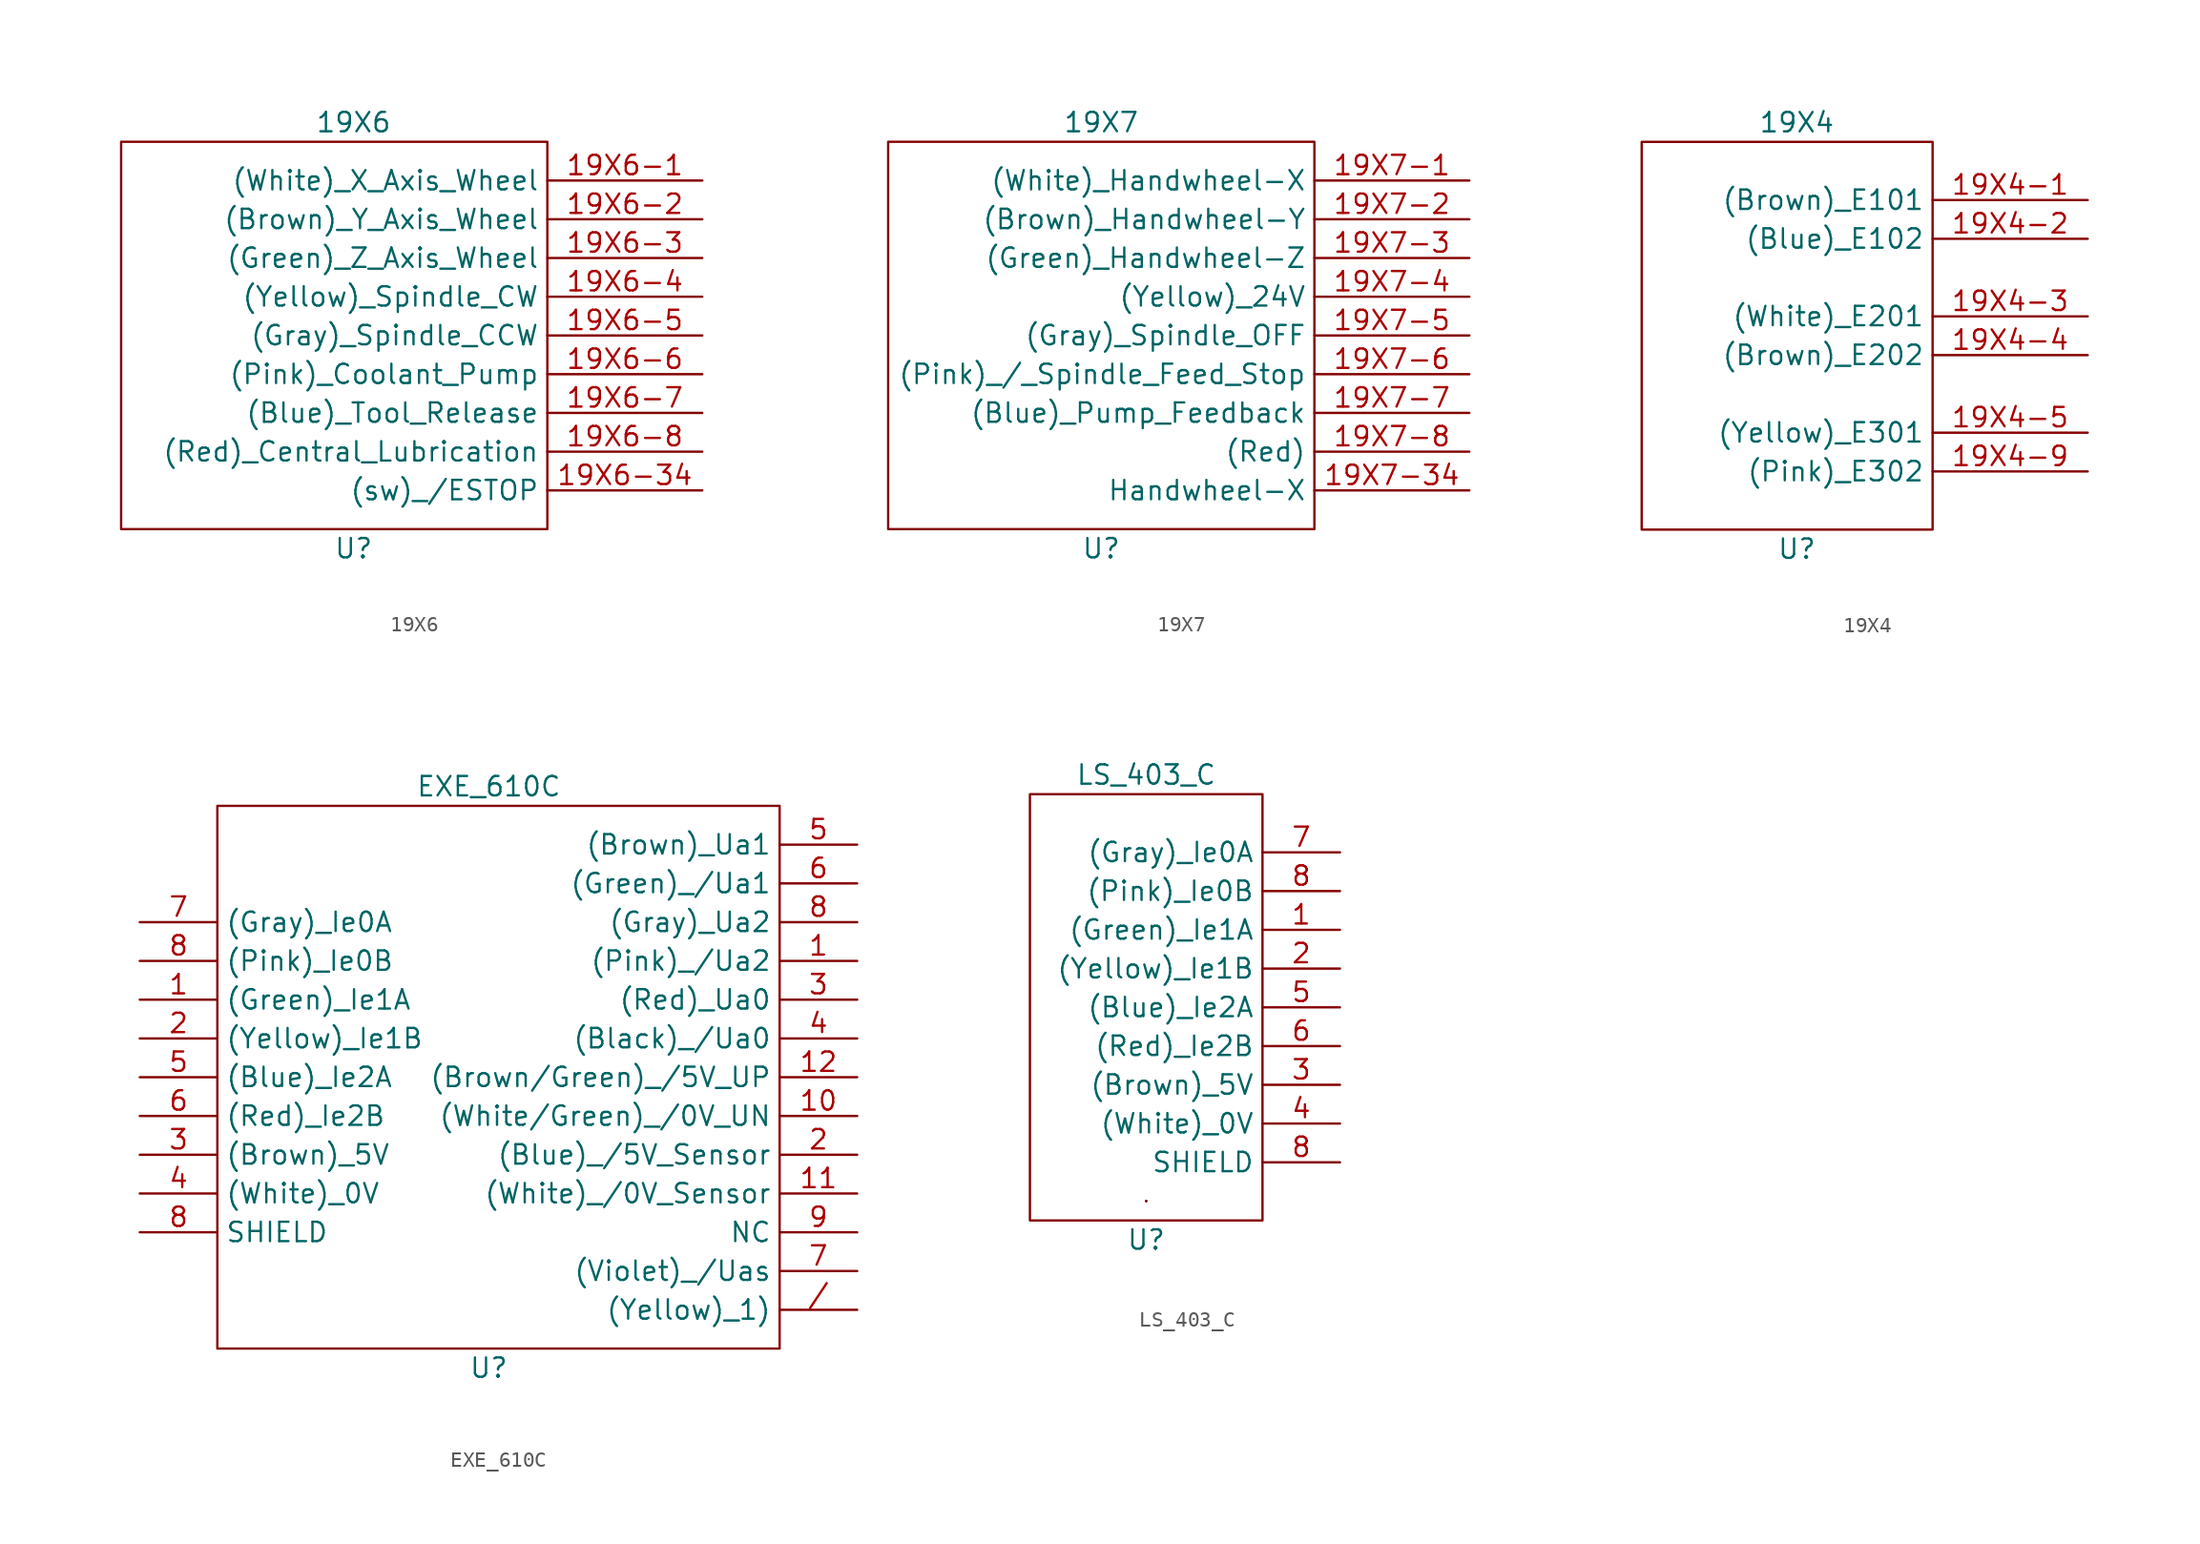
<source format=kicad_sym>
(kicad_symbol_lib
  (version 20211014)
  (generator kicad_symbol_editor)
  (symbol "19X6"
    (property "Reference" "U"
      (at 1.27 -13.97 0)
      (effects (font (size 1.27 1.27))))
    (property "Value" "19X6"
      (at 1.27 13.97 0)
      (effects (font (size 1.27 1.27))))
    (symbol "19X6_0_1"
      (rectangle (start -13.97 12.7) (end 13.97 -12.7) (stroke (width 0.152) (type default) (color 0 0 0 0)) (fill (type none))))
    (symbol "19X6_1_1"
      (pin passive line (at 24.13 10.16 180) (length 10.16) (name "(White)_X_Axis_Wheel" (effects (font (size 1.27 1.27)))) (number "19X6-1" (effects (font (size 1.27 1.27)))))
      (pin passive line (at 24.13 7.62 180) (length 10.16) (name "(Brown)_Y_Axis_Wheel" (effects (font (size 1.27 1.27)))) (number "19X6-2" (effects (font (size 1.27 1.27)))))
      (pin passive line (at 24.13 5.08 180) (length 10.16) (name "(Green)_Z_Axis_Wheel" (effects (font (size 1.27 1.27)))) (number "19X6-3" (effects (font (size 1.27 1.27)))))
      (pin passive line (at 24.13 -10.16 180) (length 10.16) (name "(sw)_/ESTOP" (effects (font (size 1.27 1.27)))) (number "19X6-34" (effects (font (size 1.27 1.27)))))
      (pin passive line (at 24.13 2.54 180) (length 10.16) (name "(Yellow)_Spindle_CW" (effects (font (size 1.27 1.27)))) (number "19X6-4" (effects (font (size 1.27 1.27)))))
      (pin passive line (at 24.13 0 180) (length 10.16) (name "(Gray)_Spindle_CCW" (effects (font (size 1.27 1.27)))) (number "19X6-5" (effects (font (size 1.27 1.27)))))
      (pin passive line (at 24.13 -2.54 180) (length 10.16) (name "(Pink)_Coolant_Pump" (effects (font (size 1.27 1.27)))) (number "19X6-6" (effects (font (size 1.27 1.27)))))
      (pin passive line (at 24.13 -5.08 180) (length 10.16) (name "(Blue)_Tool_Release" (effects (font (size 1.27 1.27)))) (number "19X6-7" (effects (font (size 1.27 1.27)))))
      (pin passive line (at 24.13 -7.62 180) (length 10.16) (name "(Red)_Central_Lubrication" (effects (font (size 1.27 1.27)))) (number "19X6-8" (effects (font (size 1.27 1.27)))))))
  (symbol "19X7"
    (property "Reference" "U"
      (at 0 -13.97 0)
      (effects (font (size 1.27 1.27))))
    (property "Value" "19X7"
      (at 0 13.97 0)
      (effects (font (size 1.27 1.27))))
    (symbol "19X7_0_1"
      (rectangle (start -13.97 12.7) (end 13.97 -12.7) (stroke (width 0.152) (type default) (color 0 0 0 0)) (fill (type none))))
    (symbol "19X7_1_1"
      (pin passive line (at 24.13 10.16 180) (length 10.16) (name "(White)_Handwheel-X" (effects (font (size 1.27 1.27)))) (number "19X7-1" (effects (font (size 1.27 1.27)))))
      (pin passive line (at 24.13 7.62 180) (length 10.16) (name "(Brown)_Handwheel-Y" (effects (font (size 1.27 1.27)))) (number "19X7-2" (effects (font (size 1.27 1.27)))))
      (pin passive line (at 24.13 5.08 180) (length 10.16) (name "(Green)_Handwheel-Z" (effects (font (size 1.27 1.27)))) (number "19X7-3" (effects (font (size 1.27 1.27)))))
      (pin passive line (at 24.13 -10.16 180) (length 10.16) (name "Handwheel-X" (effects (font (size 1.27 1.27)))) (number "19X7-34" (effects (font (size 1.27 1.27)))))
      (pin passive line (at 24.13 2.54 180) (length 10.16) (name "(Yellow)_24V" (effects (font (size 1.27 1.27)))) (number "19X7-4" (effects (font (size 1.27 1.27)))))
      (pin passive line (at 24.13 0 180) (length 10.16) (name "(Gray)_Spindle_OFF" (effects (font (size 1.27 1.27)))) (number "19X7-5" (effects (font (size 1.27 1.27)))))
      (pin passive line (at 24.13 -2.54 180) (length 10.16) (name "(Pink)_/_Spindle_Feed_Stop" (effects (font (size 1.27 1.27)))) (number "19X7-6" (effects (font (size 1.27 1.27)))))
      (pin passive line (at 24.13 -5.08 180) (length 10.16) (name "(Blue)_Pump_Feedback" (effects (font (size 1.27 1.27)))) (number "19X7-7" (effects (font (size 1.27 1.27)))))
      (pin passive line (at 24.13 -7.62 180) (length 10.16) (name "(Red)" (effects (font (size 1.27 1.27)))) (number "19X7-8" (effects (font (size 1.27 1.27)))))))
  (symbol "19Χ4"
    (property "Reference" "U"
      (at 0 -15.24 0)
      (effects (font (size 1.27 1.27))))
    (property "Value" "19Χ4"
      (at 0 12.7 0)
      (effects (font (size 1.27 1.27))))
    (symbol "19Χ4_0_1"
      (rectangle (start 8.89 11.43) (end -10.16 -13.97) (stroke (width 0.152) (type default) (color 0 0 0 0)) (fill (type none))))
    (symbol "19Χ4_1_1"
      (pin passive line (at 19.05 7.62 180) (length 10.16) (name "(Brown)_E101" (effects (font (size 1.27 1.27)))) (number "19Χ4-1" (effects (font (size 1.27 1.27)))))
      (pin passive line (at 19.05 5.08 180) (length 10.16) (name "(Blue)_E102" (effects (font (size 1.27 1.27)))) (number "19Χ4-2" (effects (font (size 1.27 1.27)))))
      (pin passive line (at 19.05 0 180) (length 10.16) (name "(White)_E201" (effects (font (size 1.27 1.27)))) (number "19Χ4-3" (effects (font (size 1.27 1.27)))))
      (pin passive line (at 19.05 -2.54 180) (length 10.16) (name "(Brown)_E202" (effects (font (size 1.27 1.27)))) (number "19Χ4-4" (effects (font (size 1.27 1.27)))))
      (pin passive line (at 19.05 -7.62 180) (length 10.16) (name "(Yellow)_E301" (effects (font (size 1.27 1.27)))) (number "19Χ4-5" (effects (font (size 1.27 1.27)))))
      (pin passive line (at 19.05 -10.16 180) (length 10.16) (name "(Pink)_E302" (effects (font (size 1.27 1.27)))) (number "19Χ4-9" (effects (font (size 1.27 1.27)))))))
  (symbol "EXE_610C"
    (property "Reference" "U"
      (at 0 -19.05 0)
      (effects (font (size 1.27 1.27))))
    (property "Value" "EXE_610C"
      (at 0 19.05 0)
      (effects (font (size 1.27 1.27))))
    (symbol "EXE_610C_0_1"
      (rectangle (start -10.16 -2.54) (end -10.16 -2.54) (stroke (width 0.152) (type default) (color 0 0 0 0)) (fill (type none)))
      (rectangle (start -10.16 -2.54) (end -10.16 -2.54) (stroke (width 0.152) (type default) (color 0 0 0 0)) (fill (type none)))
      (polyline (pts (xy -10.16 -2.54) (xy -10.16 -2.54)) (stroke (width 0.152) (type default) (color 0 0 0 0)) (fill (type none)))
      (rectangle (start 19.05 17.78) (end -17.78 -17.78) (stroke (width 0.152) (type default) (color 0 0 0 0)) (fill (type none))))
    (symbol "EXE_610C_1_1"
      (pin passive line (at 24.13 -15.24 180) (length 5.08) (name "(Yellow)_1)" (effects (font (size 1.27 1.27)))) (number "/" (effects (font (size 1.27 1.27)))))
      (pin passive line (at -22.86 5.08 0) (length 5.08) (name "(Green)_Ie1A" (effects (font (size 1.27 1.27)))) (number "1" (effects (font (size 1.27 1.27)))))
      (pin passive line (at 24.13 7.62 180) (length 5.08) (name "(Pink)_/Ua2" (effects (font (size 1.27 1.27)))) (number "1" (effects (font (size 1.27 1.27)))))
      (pin passive line (at 24.13 -2.54 180) (length 5.08) (name "(White/Green)_/0V_UN" (effects (font (size 1.27 1.27)))) (number "10" (effects (font (size 1.27 1.27)))))
      (pin passive line (at 24.13 -7.62 180) (length 5.08) (name "(White)_/0V_Sensor" (effects (font (size 1.27 1.27)))) (number "11" (effects (font (size 1.27 1.27)))))
      (pin passive line (at 24.13 0 180) (length 5.08) (name "(Brown/Green)_/5V_UP" (effects (font (size 1.27 1.27)))) (number "12" (effects (font (size 1.27 1.27)))))
      (pin passive line (at 24.13 -5.08 180) (length 5.08) (name "(Blue)_/5V_Sensor" (effects (font (size 1.27 1.27)))) (number "2" (effects (font (size 1.27 1.27)))))
      (pin passive line (at -22.86 2.54 0) (length 5.08) (name "(Yellow)_Ie1B" (effects (font (size 1.27 1.27)))) (number "2" (effects (font (size 1.27 1.27)))))
      (pin passive line (at -22.86 -5.08 0) (length 5.08) (name "(Brown)_5V" (effects (font (size 1.27 1.27)))) (number "3" (effects (font (size 1.27 1.27)))))
      (pin passive line (at 24.13 5.08 180) (length 5.08) (name "(Red)_Ua0" (effects (font (size 1.27 1.27)))) (number "3" (effects (font (size 1.27 1.27)))))
      (pin passive line (at 24.13 2.54 180) (length 5.08) (name "(Black)_/Ua0" (effects (font (size 1.27 1.27)))) (number "4" (effects (font (size 1.27 1.27)))))
      (pin passive line (at -22.86 -7.62 0) (length 5.08) (name "(White)_0V" (effects (font (size 1.27 1.27)))) (number "4" (effects (font (size 1.27 1.27)))))
      (pin passive line (at -22.86 0 0) (length 5.08) (name "(Blue)_Ie2A" (effects (font (size 1.27 1.27)))) (number "5" (effects (font (size 1.27 1.27)))))
      (pin passive line (at 24.13 15.24 180) (length 5.08) (name "(Brown)_Ua1" (effects (font (size 1.27 1.27)))) (number "5" (effects (font (size 1.27 1.27)))))
      (pin passive line (at 24.13 12.7 180) (length 5.08) (name "(Green)_/Ua1" (effects (font (size 1.27 1.27)))) (number "6" (effects (font (size 1.27 1.27)))))
      (pin passive line (at -22.86 -2.54 0) (length 5.08) (name "(Red)_Ie2B" (effects (font (size 1.27 1.27)))) (number "6" (effects (font (size 1.27 1.27)))))
      (pin passive line (at -22.86 10.16 0) (length 5.08) (name "(Gray)_Ie0A" (effects (font (size 1.27 1.27)))) (number "7" (effects (font (size 1.27 1.27)))))
      (pin passive line (at 24.13 -12.7 180) (length 5.08) (name "(Violet)_/Uas" (effects (font (size 1.27 1.27)))) (number "7" (effects (font (size 1.27 1.27)))))
      (pin passive line (at 24.13 10.16 180) (length 5.08) (name "(Gray)_Ua2" (effects (font (size 1.27 1.27)))) (number "8" (effects (font (size 1.27 1.27)))))
      (pin passive line (at -22.86 7.62 0) (length 5.08) (name "(Pink)_Ie0B" (effects (font (size 1.27 1.27)))) (number "8" (effects (font (size 1.27 1.27)))))
      (pin passive line (at -22.86 -10.16 0) (length 5.08) (name "SHIELD" (effects (font (size 1.27 1.27)))) (number "8" (effects (font (size 1.27 1.27)))))
      (pin passive line (at 24.13 -10.16 180) (length 5.08) (name "NC" (effects (font (size 1.27 1.27)))) (number "9" (effects (font (size 1.27 1.27)))))))
  (symbol "LS_403_C"
    (property "Reference" "U"
      (at 0 -15.24 0)
      (effects (font (size 1.27 1.27))))
    (property "Value" "LS_403_C"
      (at 0 15.24 0)
      (effects (font (size 1.27 1.27))))
    (symbol "LS_403_C_0_1"
      (rectangle (start 0 -12.7) (end 0 -12.7) (stroke (width 0.152) (type default) (color 0 0 0 0)) (fill (type none)))
      (rectangle (start 0 -12.7) (end 0 -12.7) (stroke (width 0.152) (type default) (color 0 0 0 0)) (fill (type none)))
      (polyline (pts (xy 0 -12.7) (xy 0 -12.7)) (stroke (width 0.152) (type default) (color 0 0 0 0)) (fill (type none)))
      (rectangle (start 7.62 13.97) (end -7.62 -13.97) (stroke (width 0.152) (type default) (color 0 0 0 0)) (fill (type none))))
    (symbol "LS_403_C_1_1"
      (pin passive line (at 12.7 5.08 180) (length 5.08) (name "(Green)_Ie1A" (effects (font (size 1.27 1.27)))) (number "1" (effects (font (size 1.27 1.27)))))
      (pin passive line (at 12.7 2.54 180) (length 5.08) (name "(Yellow)_Ie1B" (effects (font (size 1.27 1.27)))) (number "2" (effects (font (size 1.27 1.27)))))
      (pin passive line (at 12.7 -5.08 180) (length 5.08) (name "(Brown)_5V" (effects (font (size 1.27 1.27)))) (number "3" (effects (font (size 1.27 1.27)))))
      (pin passive line (at 12.7 -7.62 180) (length 5.08) (name "(White)_0V" (effects (font (size 1.27 1.27)))) (number "4" (effects (font (size 1.27 1.27)))))
      (pin passive line (at 12.7 0 180) (length 5.08) (name "(Blue)_Ie2A" (effects (font (size 1.27 1.27)))) (number "5" (effects (font (size 1.27 1.27)))))
      (pin passive line (at 12.7 -2.54 180) (length 5.08) (name "(Red)_Ie2B" (effects (font (size 1.27 1.27)))) (number "6" (effects (font (size 1.27 1.27)))))
      (pin passive line (at 12.7 10.16 180) (length 5.08) (name "(Gray)_Ie0A" (effects (font (size 1.27 1.27)))) (number "7" (effects (font (size 1.27 1.27)))))
      (pin passive line (at 12.7 7.62 180) (length 5.08) (name "(Pink)_Ie0B" (effects (font (size 1.27 1.27)))) (number "8" (effects (font (size 1.27 1.27)))))
      (pin passive line (at 12.7 -10.16 180) (length 5.08) (name "SHIELD" (effects (font (size 1.27 1.27)))) (number "8" (effects (font (size 1.27 1.27))))))))
</source>
